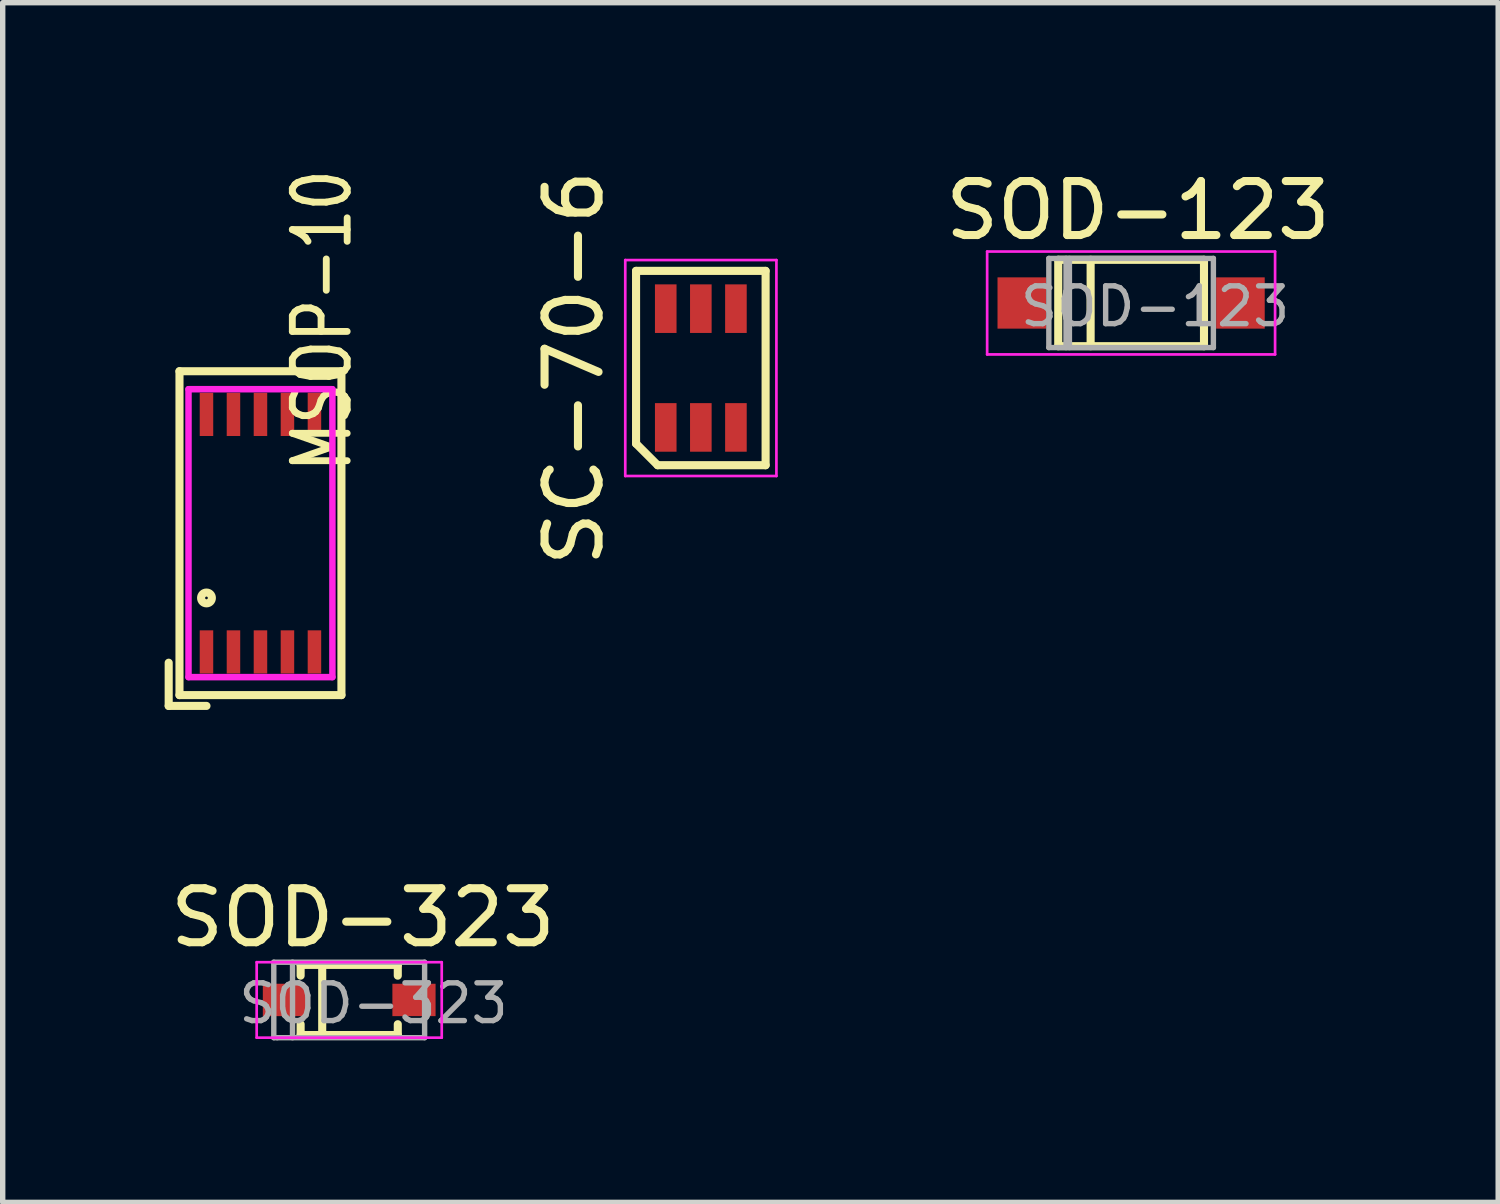
<source format=kicad_pcb>
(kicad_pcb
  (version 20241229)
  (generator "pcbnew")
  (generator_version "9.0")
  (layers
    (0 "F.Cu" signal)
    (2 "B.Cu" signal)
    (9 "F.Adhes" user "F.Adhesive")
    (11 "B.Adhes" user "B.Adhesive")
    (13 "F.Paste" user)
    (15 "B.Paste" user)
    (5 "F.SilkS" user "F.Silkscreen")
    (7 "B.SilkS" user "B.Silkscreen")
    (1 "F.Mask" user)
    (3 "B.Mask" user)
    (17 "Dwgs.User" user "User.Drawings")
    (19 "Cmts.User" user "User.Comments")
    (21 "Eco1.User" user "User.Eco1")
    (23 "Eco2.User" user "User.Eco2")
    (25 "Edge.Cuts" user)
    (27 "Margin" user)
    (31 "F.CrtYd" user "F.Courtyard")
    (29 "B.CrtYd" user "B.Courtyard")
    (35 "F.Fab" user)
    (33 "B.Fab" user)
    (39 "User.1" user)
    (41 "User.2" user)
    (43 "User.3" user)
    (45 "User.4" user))
  (footprint "SOD-123"
    (layer "F.Cu")
    (at 17.904 2.563)
    (property "Reference" "SOD-123" (at 0.127 -1.714 0) (layer "F.SilkS") (effects (font (size 1 1) (thickness 0.15))))
    (attr through_hole)
    (fp_line (start -1.35 -0.8) (end -1.35 0.8) (stroke (width 0.15) (type solid)) (layer "F.SilkS"))
    (fp_line (start -1.35 -0.8) (end 1.35 -0.8) (stroke (width 0.15) (type solid)) (layer "F.SilkS"))
    (fp_line (start -1.35 0.8) (end 1.35 0.8) (stroke (width 0.15) (type solid)) (layer "F.SilkS"))
    (fp_line (start -0.75 -0.8) (end -0.75 0.8) (stroke (width 0.15) (type solid)) (layer "F.SilkS"))
    (fp_line (start 1.35 -0.8) (end 1.35 0.8) (stroke (width 0.15) (type solid)) (layer "F.SilkS"))
    (fp_line (start -2.667 -0.953) (end 2.667 -0.953) (stroke (width 0.05) (type solid)) (layer "F.CrtYd"))
    (fp_line (start -2.667 0.953) (end -2.667 -0.953) (stroke (width 0.05) (type solid)) (layer "F.CrtYd"))
    (fp_line (start 2.667 -0.953) (end 2.667 0.953) (stroke (width 0.05) (type solid)) (layer "F.CrtYd"))
    (fp_line (start 2.667 0.953) (end -2.667 0.953) (stroke (width 0.05) (type solid)) (layer "F.CrtYd"))
    (fp_line (start -1.524 -0.826) (end 1.524 -0.826) (stroke (width 0.1) (type solid)) (layer "F.Fab"))
    (fp_line (start -1.524 0.826) (end -1.524 -0.826) (stroke (width 0.1) (type solid)) (layer "F.Fab"))
    (fp_line (start -1.206 -0.826) (end -1.206 0.826) (stroke (width 0.1) (type solid)) (layer "F.Fab"))
    (fp_line (start -1.143 -0.826) (end -1.143 0.826) (stroke (width 0.1) (type solid)) (layer "F.Fab"))
    (fp_line (start 1.524 -0.826) (end 1.524 0.826) (stroke (width 0.1) (type solid)) (layer "F.Fab"))
    (fp_line (start 1.524 0.826) (end -1.524 0.826) (stroke (width 0.1) (type solid)) (layer "F.Fab"))
    (fp_text user "${REFERENCE}" (at 0.445 0.064 0) (layer "F.Fab") (effects (font (size 0.7 0.7) (thickness 0.1))))
    (pad "1" smd rect (at -2.025 0) (size 0.9 0.95) (layers "F.Cu" "F.Mask" "F.Paste"))
    (pad "2" smd rect (at 2.025 0) (size 0.9 0.95) (layers "F.Cu" "F.Mask" "F.Paste")))
  (footprint "MSOP-10"
    (layer "F.Cu")
    (at 1.775 6.827)
    (property "Reference" "MSOP-10" (at 1.143 -3.937 90) (layer "F.SilkS") (effects (font (size 1.016 0.762) (thickness 0.127))))
    (attr through_hole)
    (fp_line (start -1.7 2.4) (end -1.7 3.2) (stroke (width 0.15) (type solid)) (layer "F.SilkS"))
    (fp_line (start -1.7 3.2) (end -1 3.2) (stroke (width 0.15) (type solid)) (layer "F.SilkS"))
    (fp_line (start -1.5 -3) (end 1.5 -3) (stroke (width 0.15) (type solid)) (layer "F.SilkS"))
    (fp_line (start -1.5 3) (end -1.5 -3) (stroke (width 0.15) (type solid)) (layer "F.SilkS"))
    (fp_line (start 1.5 -3) (end 1.5 3) (stroke (width 0.15) (type solid)) (layer "F.SilkS"))
    (fp_line (start 1.5 3) (end -1.5 3) (stroke (width 0.15) (type solid)) (layer "F.SilkS"))
    (fp_circle (center -1 1.2) (end -1 1.1) (stroke (width 0.15) (type solid)) (fill no) (layer "F.SilkS"))
    (fp_line (start -1.333 -2.667) (end 1.333 -2.667) (stroke (width 0.12) (type solid)) (layer "F.CrtYd"))
    (fp_line (start -1.333 2.667) (end -1.333 -2.667) (stroke (width 0.12) (type solid)) (layer "F.CrtYd"))
    (fp_line (start 1.333 -2.667) (end 1.333 2.667) (stroke (width 0.12) (type solid)) (layer "F.CrtYd"))
    (fp_line (start 1.333 2.667) (end -1.333 2.667) (stroke (width 0.12) (type solid)) (layer "F.CrtYd"))
    (pad "1" smd rect (at -1 2.2) (size 0.25 0.8) (layers "F.Cu" "F.Mask" "F.Paste"))
    (pad "2" smd rect (at -0.5 2.2) (size 0.25 0.8) (layers "F.Cu" "F.Mask" "F.Paste"))
    (pad "3" smd rect (at 0 2.2) (size 0.25 0.8) (layers "F.Cu" "F.Mask" "F.Paste"))
    (pad "4" smd rect (at 0.5 2.2) (size 0.25 0.8) (layers "F.Cu" "F.Mask" "F.Paste"))
    (pad "5" smd rect (at 1 2.2) (size 0.25 0.8) (layers "F.Cu" "F.Mask" "F.Paste"))
    (pad "6" smd rect (at 1 -2.2) (size 0.25 0.8) (layers "F.Cu" "F.Mask" "F.Paste"))
    (pad "7" smd rect (at 0.5 -2.2) (size 0.25 0.8) (layers "F.Cu" "F.Mask" "F.Paste"))
    (pad "8" smd rect (at 0 -2.2) (size 0.25 0.8) (layers "F.Cu" "F.Mask" "F.Paste"))
    (pad "9" smd rect (at -0.5 -2.2) (size 0.25 0.8) (layers "F.Cu" "F.Mask" "F.Paste"))
    (pad "10" smd rect (at -1 -2.2) (size 0.25 0.8) (layers "F.Cu" "F.Mask" "F.Paste")))
  (footprint "SC-70-6"
    (layer "F.Cu")
    (at 9.933 3.768)
    (property "Reference" "SC-70-6" (at -2.35 0 90) (layer "F.SilkS") (effects (font (size 1 1) (thickness 0.15))))
    (attr smd)
    (fp_line (start -1.2 -1.8) (end 1.2 -1.8) (stroke (width 0.15) (type solid)) (layer "F.SilkS"))
    (fp_line (start -1.2 1.4) (end -1.2 -1.8) (stroke (width 0.15) (type solid)) (layer "F.SilkS"))
    (fp_line (start -0.8 1.8) (end -1.2 1.4) (stroke (width 0.15) (type solid)) (layer "F.SilkS"))
    (fp_line (start 1.2 -1.8) (end 1.2 1.8) (stroke (width 0.15) (type solid)) (layer "F.SilkS"))
    (fp_line (start 1.2 1.8) (end -0.8 1.8) (stroke (width 0.15) (type solid)) (layer "F.SilkS"))
    (fp_line (start -1.4 -2) (end 1.4 -2) (stroke (width 0.05) (type solid)) (layer "F.CrtYd"))
    (fp_line (start -1.4 2) (end -1.4 -2) (stroke (width 0.05) (type solid)) (layer "F.CrtYd"))
    (fp_line (start 1.4 -2) (end 1.4 2) (stroke (width 0.05) (type solid)) (layer "F.CrtYd"))
    (fp_line (start 1.4 2) (end -1.4 2) (stroke (width 0.05) (type solid)) (layer "F.CrtYd"))
    (pad "1" smd rect (at -0.65 1.1) (size 0.4 0.9) (layers "F.Cu" "F.Mask" "F.Paste"))
    (pad "2" smd rect (at 0 1.1) (size 0.4 0.9) (layers "F.Cu" "F.Mask" "F.Paste"))
    (pad "3" smd rect (at 0.65 1.1) (size 0.4 0.9) (layers "F.Cu" "F.Mask" "F.Paste"))
    (pad "4" smd rect (at 0.65 -1.1) (size 0.4 0.9) (layers "F.Cu" "F.Mask" "F.Paste"))
    (pad "5" smd rect (at 0 -1.1) (size 0.4 0.9) (layers "F.Cu" "F.Mask" "F.Paste"))
    (pad "6" smd rect (at -0.65 -1.1) (size 0.4 0.9) (layers "F.Cu" "F.Mask" "F.Paste")))
  (footprint "SOD-323"
    (layer "F.Cu")
    (at 3.419 15.474)
    (property "Reference" "SOD-323" (at 0.254 -1.524 0) (layer "F.SilkS") (effects (font (size 1 1) (thickness 0.15))))
    (attr smd)
    (fp_line (start -0.9 -0.65) (end -0.9 -0.45) (stroke (width 0.15) (type solid)) (layer "F.SilkS"))
    (fp_line (start -0.9 -0.65) (end 0.9 -0.65) (stroke (width 0.15) (type solid)) (layer "F.SilkS"))
    (fp_line (start -0.9 0.45) (end -0.9 0.65) (stroke (width 0.15) (type solid)) (layer "F.SilkS"))
    (fp_line (start -0.9 0.65) (end 0.9 0.65) (stroke (width 0.15) (type solid)) (layer "F.SilkS"))
    (fp_line (start -0.5 -0.65) (end -0.5 0.65) (stroke (width 0.15) (type solid)) (layer "F.SilkS"))
    (fp_line (start 0.9 -0.65) (end 0.9 -0.45) (stroke (width 0.15) (type solid)) (layer "F.SilkS"))
    (fp_line (start 0.9 0.45) (end 0.9 0.65) (stroke (width 0.15) (type solid)) (layer "F.SilkS"))
    (fp_line (start -1.714 -0.699) (end 1.714 -0.699) (stroke (width 0.05) (type solid)) (layer "F.CrtYd"))
    (fp_line (start -1.714 0.699) (end -1.714 -0.699) (stroke (width 0.05) (type solid)) (layer "F.CrtYd"))
    (fp_line (start 1.714 -0.699) (end 1.714 0.699) (stroke (width 0.05) (type solid)) (layer "F.CrtYd"))
    (fp_line (start 1.714 0.699) (end -1.714 0.699) (stroke (width 0.05) (type solid)) (layer "F.CrtYd"))
    (fp_line (start -1.397 -0.699) (end 1.397 -0.699) (stroke (width 0.1) (type solid)) (layer "F.Fab"))
    (fp_line (start -1.397 0.699) (end -1.397 -0.699) (stroke (width 0.1) (type solid)) (layer "F.Fab"))
    (fp_line (start -1.333 0.699) (end -1.397 0.699) (stroke (width 0.1) (type solid)) (layer "F.Fab"))
    (fp_line (start -1.05 -0.7) (end -1.05 0.7) (stroke (width 0.1) (type solid)) (layer "F.Fab"))
    (fp_line (start 1.397 -0.699) (end 1.397 0.699) (stroke (width 0.1) (type solid)) (layer "F.Fab"))
    (fp_line (start 1.397 0.699) (end -1.333 0.699) (stroke (width 0.1) (type solid)) (layer "F.Fab"))
    (fp_text user "${REFERENCE}" (at 0.45 0.064 0) (layer "F.Fab") (effects (font (size 0.7 0.7) (thickness 0.1))))
    (pad "1" smd rect (at -1.2 0) (size 0.8 0.6) (layers "F.Cu" "F.Mask" "F.Paste"))
    (pad "2" smd rect (at 1.2 0) (size 0.8 0.6) (layers "F.Cu" "F.Mask" "F.Paste")))
  (gr_rect
    (start -3 -3)
    (end 24.704 19.224)
    (stroke (width 0.1) (type default))
    (fill no)
    (layer "Edge.Cuts")))
</source>
